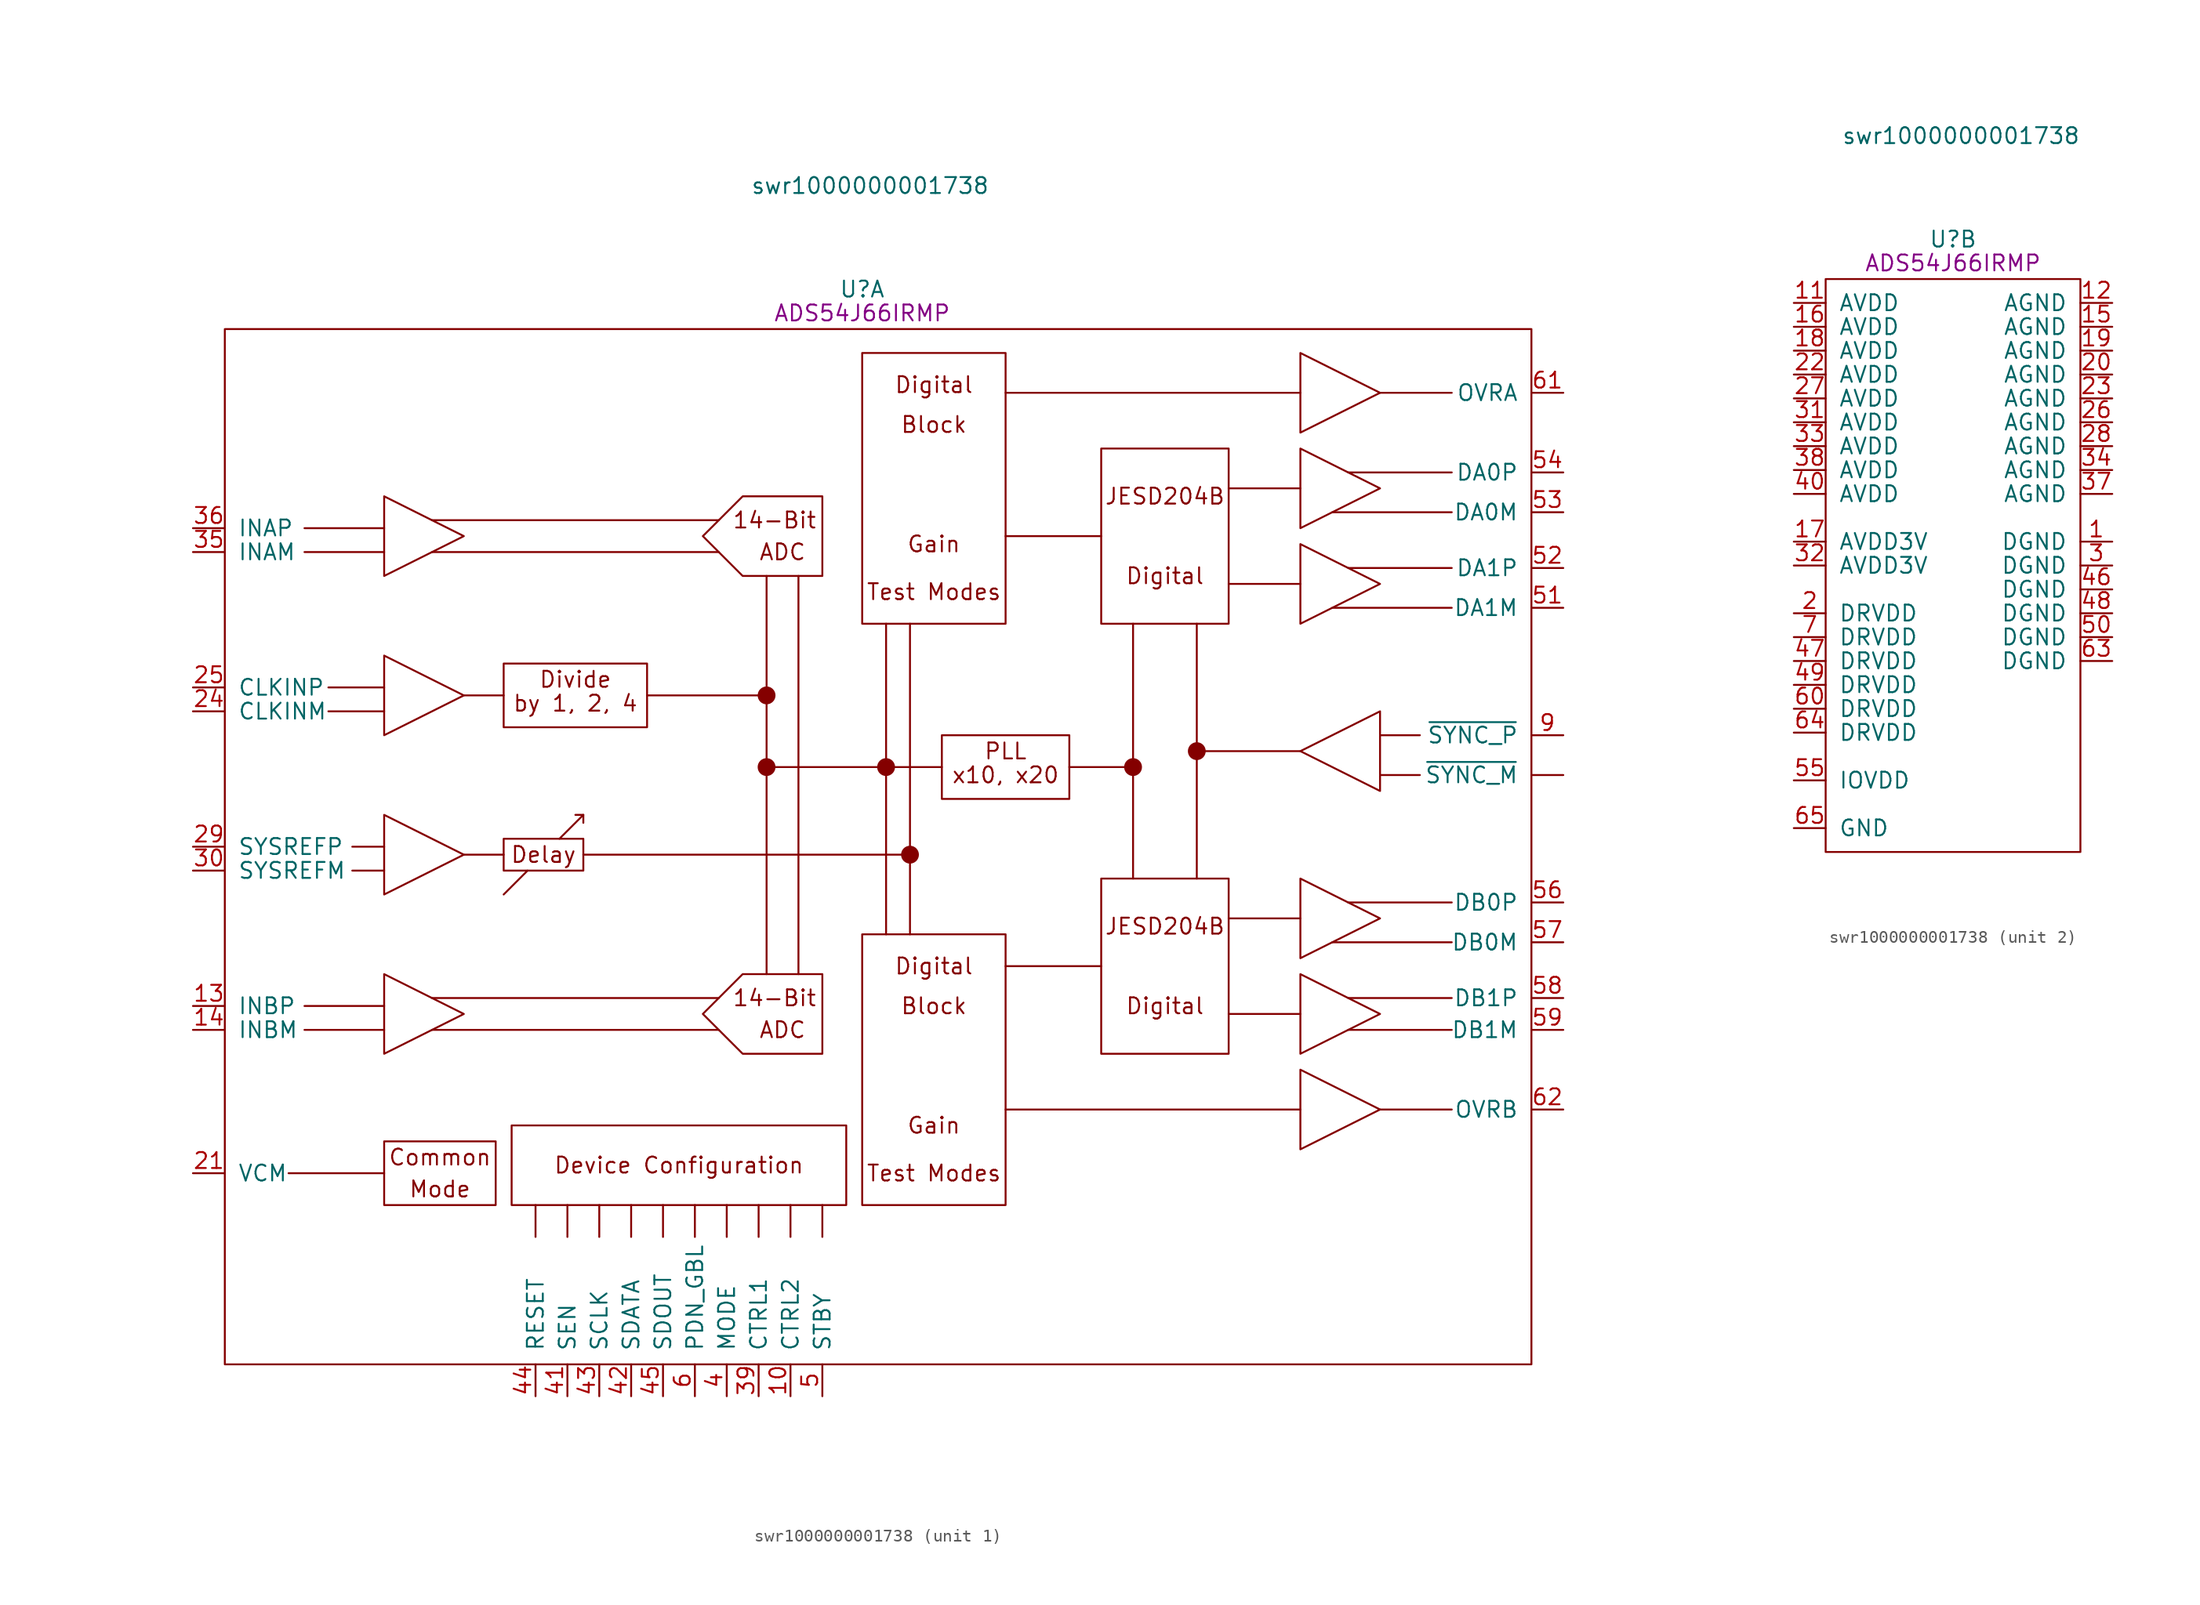
<source format=kicad_sym>
(kicad_symbol_lib
  (version 20220914)
  (generator kicad_symbol_editor)
  (symbol "swr1000000001738"
    (pin_names
      (offset 1.016))
    (property "Reference" "U"
      (at 0 3.175 0)
      (effects (font (size 1.27 1.27))))
    (property "Value" "swr1000000001738"
      (at 0.635 11.43 0)
      (effects (font (size 1.27 1.27))))
    (property "PartValue" "ADS54J66IRMP"
      (at 0 1.27 0)
      (effects (font (size 1.27 1.27))))
    (property "ki_locked" ""
      (at 0 0 0)
      (effects (font (size 1.27 1.27))))
    (symbol "swr1000000001738_1_0"
      (rectangle (start -38.1 -64.77) (end -29.21 -69.85) (stroke (width 0) (type default)) (fill (type none)))
      (rectangle (start -28.575 -40.64) (end -22.225 -43.18) (stroke (width 0) (type default)) (fill (type none)))
      (rectangle (start -28.575 -26.67) (end -17.145 -31.75) (stroke (width 0) (type default)) (fill (type none)))
      (rectangle (start -27.94 -63.5) (end -1.27 -69.85) (stroke (width 0) (type default)) (fill (type none)))
      (circle (center -7.62 -34.925) (radius 0.635) (stroke (width 0) (type default)) (fill (type outline)))
      (circle (center -7.62 -29.21) (radius 0.635) (stroke (width 0) (type default)) (fill (type outline)))
      (polyline (pts (xy -45.72 -67.31) (xy -38.1 -67.31)) (stroke (width 0) (type default)) (fill (type none)))
      (polyline (pts (xy -34.29 -55.88) (xy -11.43 -55.88)) (stroke (width 0) (type default)) (fill (type none)))
      (polyline (pts (xy -34.29 -17.78) (xy -11.43 -17.78)) (stroke (width 0) (type default)) (fill (type none)))
      (polyline (pts (xy -31.75 -41.91) (xy -28.575 -41.91)) (stroke (width 0) (type default)) (fill (type none)))
      (polyline (pts (xy -31.75 -29.21) (xy -28.575 -29.21)) (stroke (width 0) (type default)) (fill (type none)))
      (polyline (pts (xy -26.67 -43.18) (xy -28.575 -45.085)) (stroke (width 0) (type default)) (fill (type none)))
      (polyline (pts (xy -26.035 -72.39) (xy -26.035 -69.85)) (stroke (width 0) (type default)) (fill (type none)))
      (polyline (pts (xy -23.495 -72.39) (xy -23.495 -69.85)) (stroke (width 0) (type default)) (fill (type none)))
      (polyline (pts (xy -22.225 -41.91) (xy 3.81 -41.91)) (stroke (width 0) (type default)) (fill (type none)))
      (polyline (pts (xy -22.225 -38.735) (xy -22.225 -39.37)) (stroke (width 0) (type default)) (fill (type none)))
      (polyline (pts (xy -20.955 -72.39) (xy -20.955 -69.85)) (stroke (width 0) (type default)) (fill (type none)))
      (polyline (pts (xy -18.415 -72.39) (xy -18.415 -69.85)) (stroke (width 0) (type default)) (fill (type none)))
      (polyline (pts (xy -15.875 -72.39) (xy -15.875 -69.85)) (stroke (width 0) (type default)) (fill (type none)))
      (polyline (pts (xy -13.335 -72.39) (xy -13.335 -69.85)) (stroke (width 0) (type default)) (fill (type none)))
      (polyline (pts (xy -11.43 -53.34) (xy -34.29 -53.34)) (stroke (width 0) (type default)) (fill (type none)))
      (polyline (pts (xy -11.43 -15.24) (xy -34.29 -15.24)) (stroke (width 0) (type default)) (fill (type none)))
      (polyline (pts (xy -10.795 -72.39) (xy -10.795 -69.85)) (stroke (width 0) (type default)) (fill (type none)))
      (polyline (pts (xy -8.255 -72.39) (xy -8.255 -69.85)) (stroke (width 0) (type default)) (fill (type none)))
      (polyline (pts (xy -7.62 -29.21) (xy -7.62 -19.685)) (stroke (width 0) (type default)) (fill (type none)))
      (polyline (pts (xy -5.715 -72.39) (xy -5.715 -69.85)) (stroke (width 0) (type default)) (fill (type none)))
      (polyline (pts (xy -5.08 -19.685) (xy -5.08 -51.435)) (stroke (width 0) (type default)) (fill (type none)))
      (polyline (pts (xy -3.175 -72.39) (xy -3.175 -69.85)) (stroke (width 0) (type default)) (fill (type none)))
      (polyline (pts (xy 1.905 -23.495) (xy 1.905 -48.26)) (stroke (width 0) (type default)) (fill (type none)))
      (polyline (pts (xy 3.81 -23.495) (xy 3.81 -48.26)) (stroke (width 0) (type default)) (fill (type none)))
      (polyline (pts (xy 6.35 -34.925) (xy -7.62 -34.925)) (stroke (width 0) (type default)) (fill (type none)))
      (polyline (pts (xy 11.43 -50.8) (xy 19.05 -50.8)) (stroke (width 0) (type default)) (fill (type none)))
      (polyline (pts (xy 11.43 -16.51) (xy 19.05 -16.51)) (stroke (width 0) (type default)) (fill (type none)))
      (polyline (pts (xy 16.51 -34.925) (xy 21.59 -34.925)) (stroke (width 0) (type default)) (fill (type none)))
      (polyline (pts (xy 21.59 -23.495) (xy 21.59 -43.815)) (stroke (width 0) (type default)) (fill (type none)))
      (polyline (pts (xy 26.67 -23.495) (xy 26.67 -43.815)) (stroke (width 0) (type default)) (fill (type none)))
      (polyline (pts (xy 29.21 -46.99) (xy 34.925 -46.99)) (stroke (width 0) (type default)) (fill (type none)))
      (polyline (pts (xy 29.21 -12.7) (xy 34.925 -12.7)) (stroke (width 0) (type default)) (fill (type none)))
      (polyline (pts (xy 34.925 -62.23) (xy 11.43 -62.23)) (stroke (width 0) (type default)) (fill (type none)))
      (polyline (pts (xy 34.925 -54.61) (xy 29.21 -54.61)) (stroke (width 0) (type default)) (fill (type none)))
      (polyline (pts (xy 34.925 -33.655) (xy 26.67 -33.655)) (stroke (width 0) (type default)) (fill (type none)))
      (polyline (pts (xy 34.925 -20.32) (xy 29.21 -20.32)) (stroke (width 0) (type default)) (fill (type none)))
      (polyline (pts (xy 34.925 -5.08) (xy 11.43 -5.08)) (stroke (width 0) (type default)) (fill (type none)))
      (polyline (pts (xy 37.465 -48.895) (xy 46.99 -48.895)) (stroke (width 0) (type default)) (fill (type none)))
      (polyline (pts (xy 38.735 -55.88) (xy 46.99 -55.88)) (stroke (width 0) (type default)) (fill (type none)))
      (polyline (pts (xy 38.735 -53.34) (xy 46.99 -53.34)) (stroke (width 0) (type default)) (fill (type none)))
      (polyline (pts (xy 38.735 -45.72) (xy 46.99 -45.72)) (stroke (width 0) (type default)) (fill (type none)))
      (polyline (pts (xy 41.275 -62.23) (xy 46.99 -62.23)) (stroke (width 0) (type default)) (fill (type none)))
      (polyline (pts (xy 41.275 -35.56) (xy 44.45 -35.56)) (stroke (width 0) (type default)) (fill (type none)))
      (polyline (pts (xy 41.275 -32.385) (xy 44.45 -32.385)) (stroke (width 0) (type default)) (fill (type none)))
      (polyline (pts (xy 41.275 -5.08) (xy 46.99 -5.08)) (stroke (width 0) (type default)) (fill (type none)))
      (polyline (pts (xy 46.99 -22.225) (xy 37.465 -22.225)) (stroke (width 0) (type default)) (fill (type none)))
      (polyline (pts (xy 46.99 -19.05) (xy 38.735 -19.05)) (stroke (width 0) (type default)) (fill (type none)))
      (polyline (pts (xy 46.99 -14.605) (xy 37.465 -14.605)) (stroke (width 0) (type default)) (fill (type none)))
      (polyline (pts (xy 46.99 -11.43) (xy 38.735 -11.43)) (stroke (width 0) (type default)) (fill (type none)))
      (polyline (pts (xy -24.13 -40.64) (xy -22.225 -38.735) (xy -22.86 -38.735)) (stroke (width 0) (type default)) (fill (type none)))
      (polyline (pts (xy -17.145 -29.21) (xy -7.62 -29.21) (xy -7.62 -51.435)) (stroke (width 0) (type default)) (fill (type none)))
      (circle (center 1.905 -34.925) (radius 0.635) (stroke (width 0) (type default)) (fill (type outline)))
      (circle (center 3.81 -41.91) (radius 0.635) (stroke (width 0) (type default)) (fill (type outline)))
      (rectangle (start 11.43 -69.85) (end 0 -48.26) (stroke (width 0) (type default)) (fill (type none)))
      (rectangle (start 11.43 -23.495) (end 0 -1.905) (stroke (width 0) (type default)) (fill (type none)))
      (rectangle (start 16.51 -37.465) (end 6.35 -32.385) (stroke (width 0) (type default)) (fill (type none)))
      (rectangle (start 19.05 -43.815) (end 29.21 -57.785) (stroke (width 0) (type default)) (fill (type none)))
      (rectangle (start 19.05 -9.525) (end 29.21 -23.495) (stroke (width 0) (type default)) (fill (type none)))
      (circle (center 21.59 -34.925) (radius 0.635) (stroke (width 0) (type default)) (fill (type outline)))
      (circle (center 26.67 -33.655) (radius 0.635) (stroke (width 0) (type default)) (fill (type outline)))
      (rectangle (start 53.34 -82.55) (end -50.8 0) (stroke (width 0) (type default)) (fill (type none)))
      (text "14-Bit" (at -6.985 -53.34 0) (effects (font (size 1.27 1.27))))
      (text "14-Bit" (at -6.985 -15.24 0) (effects (font (size 1.27 1.27))))
      (text "ADC" (at -6.35 -55.88 0) (effects (font (size 1.27 1.27))))
      (text "ADC" (at -6.35 -17.78 0) (effects (font (size 1.27 1.27))))
      (text "Block" (at 5.715 -53.975 0) (effects (font (size 1.27 1.27))))
      (text "Block" (at 5.715 -7.62 0) (effects (font (size 1.27 1.27))))
      (text "by 1, 2, 4" (at -22.86 -29.845 0) (effects (font (size 1.27 1.27))))
      (text "Common" (at -33.655 -66.04 0) (effects (font (size 1.27 1.27))))
      (text "Delay" (at -25.4 -41.91 0) (effects (font (size 1.27 1.27))))
      (text "Device Configuration" (at -14.605 -66.675 0) (effects (font (size 1.27 1.27))))
      (text "Digital" (at 5.715 -50.8 0) (effects (font (size 1.27 1.27))))
      (text "Digital" (at 5.715 -4.445 0) (effects (font (size 1.27 1.27))))
      (text "Digital" (at 24.13 -53.975 0) (effects (font (size 1.27 1.27))))
      (text "Digital" (at 24.13 -19.685 0) (effects (font (size 1.27 1.27))))
      (text "Divide" (at -22.86 -27.94 0) (effects (font (size 1.27 1.27))))
      (text "Gain" (at 5.715 -63.5 0) (effects (font (size 1.27 1.27))))
      (text "Gain" (at 5.715 -17.145 0) (effects (font (size 1.27 1.27))))
      (text "JESD204B" (at 24.13 -47.625 0) (effects (font (size 1.27 1.27))))
      (text "JESD204B" (at 24.13 -13.335 0) (effects (font (size 1.27 1.27))))
      (text "Mode" (at -33.655 -68.58 0) (effects (font (size 1.27 1.27))))
      (text "PLL" (at 11.43 -33.655 0) (effects (font (size 1.27 1.27))))
      (text "Test Modes" (at 5.715 -67.31 0) (effects (font (size 1.27 1.27))))
      (text "Test Modes" (at 5.715 -20.955 0) (effects (font (size 1.27 1.27))))
      (text "x10, x20" (at 11.43 -35.56 0) (effects (font (size 1.27 1.27)))))
    (symbol "swr1000000001738_1_1"
      (polyline (pts (xy -44.45 -55.88) (xy -38.1 -55.88)) (stroke (width 0) (type default)) (fill (type none)))
      (polyline (pts (xy -44.45 -53.975) (xy -38.1 -53.975)) (stroke (width 0) (type default)) (fill (type none)))
      (polyline (pts (xy -44.45 -17.78) (xy -38.1 -17.78)) (stroke (width 0) (type default)) (fill (type none)))
      (polyline (pts (xy -44.45 -15.875) (xy -38.1 -15.875)) (stroke (width 0) (type default)) (fill (type none)))
      (polyline (pts (xy -42.545 -30.48) (xy -38.1 -30.48)) (stroke (width 0) (type default)) (fill (type none)))
      (polyline (pts (xy -42.545 -28.575) (xy -38.1 -28.575)) (stroke (width 0) (type default)) (fill (type none)))
      (polyline (pts (xy -40.64 -43.18) (xy -38.1 -43.18)) (stroke (width 0) (type default)) (fill (type none)))
      (polyline (pts (xy -40.64 -41.275) (xy -38.1 -41.275)) (stroke (width 0) (type default)) (fill (type none)))
      (polyline (pts (xy -38.1 -51.435) (xy -38.1 -57.785) (xy -31.75 -54.61) (xy -38.1 -51.435)) (stroke (width 0) (type default)) (fill (type none)))
      (polyline (pts (xy -38.1 -38.735) (xy -38.1 -45.085) (xy -31.75 -41.91) (xy -38.1 -38.735)) (stroke (width 0) (type default)) (fill (type none)))
      (polyline (pts (xy -38.1 -26.035) (xy -38.1 -32.385) (xy -31.75 -29.21) (xy -38.1 -26.035)) (stroke (width 0) (type default)) (fill (type none)))
      (polyline (pts (xy -38.1 -13.335) (xy -38.1 -19.685) (xy -31.75 -16.51) (xy -38.1 -13.335)) (stroke (width 0) (type default)) (fill (type none)))
      (polyline (pts (xy 34.925 -59.055) (xy 34.925 -65.405) (xy 41.275 -62.23) (xy 34.925 -59.055)) (stroke (width 0) (type default)) (fill (type none)))
      (polyline (pts (xy 34.925 -51.435) (xy 34.925 -57.785) (xy 41.275 -54.61) (xy 34.925 -51.435)) (stroke (width 0) (type default)) (fill (type none)))
      (polyline (pts (xy 34.925 -43.815) (xy 34.925 -50.165) (xy 41.275 -46.99) (xy 34.925 -43.815)) (stroke (width 0) (type default)) (fill (type none)))
      (polyline (pts (xy 34.925 -17.145) (xy 34.925 -23.495) (xy 41.275 -20.32) (xy 34.925 -17.145)) (stroke (width 0) (type default)) (fill (type none)))
      (polyline (pts (xy 34.925 -9.525) (xy 34.925 -15.875) (xy 41.275 -12.7) (xy 34.925 -9.525)) (stroke (width 0) (type default)) (fill (type none)))
      (polyline (pts (xy 34.925 -1.905) (xy 34.925 -8.255) (xy 41.275 -5.08) (xy 34.925 -1.905)) (stroke (width 0) (type default)) (fill (type none)))
      (polyline (pts (xy 41.275 -30.48) (xy 41.275 -36.83) (xy 34.925 -33.655) (xy 41.275 -30.48)) (stroke (width 0) (type default)) (fill (type none)))
      (polyline (pts (xy -12.7 -54.61) (xy -9.525 -51.435) (xy -3.175 -51.435) (xy -3.175 -57.785) (xy -9.525 -57.785) (xy -12.7 -54.61)) (stroke (width 0) (type default)) (fill (type none)))
      (polyline (pts (xy -12.7 -16.51) (xy -9.525 -13.335) (xy -3.175 -13.335) (xy -3.175 -19.685) (xy -9.525 -19.685) (xy -12.7 -16.51)) (stroke (width 0) (type default)) (fill (type none)))
      (pin input line (at -5.715 -85.09 90) (length 2.54) (name "CTRL2" (effects (font (size 1.27 1.27)))) (number "10" (effects (font (size 1.27 1.27)))))
      (pin input line (at -53.34 -53.975 0) (length 2.54) (name "INBP" (effects (font (size 1.27 1.27)))) (number "13" (effects (font (size 1.27 1.27)))))
      (pin input line (at -53.34 -55.88 0) (length 2.54) (name "INBM" (effects (font (size 1.27 1.27)))) (number "14" (effects (font (size 1.27 1.27)))))
      (pin power_out line (at -53.34 -67.31 0) (length 2.54) (name "VCM" (effects (font (size 1.27 1.27)))) (number "21" (effects (font (size 1.27 1.27)))))
      (pin input line (at -53.34 -30.48 0) (length 2.54) (name "CLKINM" (effects (font (size 1.27 1.27)))) (number "24" (effects (font (size 1.27 1.27)))))
      (pin input line (at -53.34 -28.575 0) (length 2.54) (name "CLKINP" (effects (font (size 1.27 1.27)))) (number "25" (effects (font (size 1.27 1.27)))))
      (pin input line (at -53.34 -41.275 0) (length 2.54) (name "SYSREFP" (effects (font (size 1.27 1.27)))) (number "29" (effects (font (size 1.27 1.27)))))
      (pin input line (at -53.34 -43.18 0) (length 2.54) (name "SYSREFM" (effects (font (size 1.27 1.27)))) (number "30" (effects (font (size 1.27 1.27)))))
      (pin input line (at -53.34 -17.78 0) (length 2.54) (name "INAM" (effects (font (size 1.27 1.27)))) (number "35" (effects (font (size 1.27 1.27)))))
      (pin input line (at -53.34 -15.875 0) (length 2.54) (name "INAP" (effects (font (size 1.27 1.27)))) (number "36" (effects (font (size 1.27 1.27)))))
      (pin input line (at -8.255 -85.09 90) (length 2.54) (name "CTRL1" (effects (font (size 1.27 1.27)))) (number "39" (effects (font (size 1.27 1.27)))))
      (pin input line (at -10.795 -85.09 90) (length 2.54) (name "MODE" (effects (font (size 1.27 1.27)))) (number "4" (effects (font (size 1.27 1.27)))))
      (pin input line (at -23.495 -85.09 90) (length 2.54) (name "SEN" (effects (font (size 1.27 1.27)))) (number "41" (effects (font (size 1.27 1.27)))))
      (pin input line (at -18.415 -85.09 90) (length 2.54) (name "SDATA" (effects (font (size 1.27 1.27)))) (number "42" (effects (font (size 1.27 1.27)))))
      (pin input line (at -20.955 -85.09 90) (length 2.54) (name "SCLK" (effects (font (size 1.27 1.27)))) (number "43" (effects (font (size 1.27 1.27)))))
      (pin input line (at -26.035 -85.09 90) (length 2.54) (name "RESET" (effects (font (size 1.27 1.27)))) (number "44" (effects (font (size 1.27 1.27)))))
      (pin output line (at -15.875 -85.09 90) (length 2.54) (name "SDOUT" (effects (font (size 1.27 1.27)))) (number "45" (effects (font (size 1.27 1.27)))))
      (pin input line (at -3.175 -85.09 90) (length 2.54) (name "STBY" (effects (font (size 1.27 1.27)))) (number "5" (effects (font (size 1.27 1.27)))))
      (pin output line (at 55.88 -22.225 180) (length 2.54) (name "DA1M" (effects (font (size 1.27 1.27)))) (number "51" (effects (font (size 1.27 1.27)))))
      (pin output line (at 55.88 -19.05 180) (length 2.54) (name "DA1P" (effects (font (size 1.27 1.27)))) (number "52" (effects (font (size 1.27 1.27)))))
      (pin output line (at 55.88 -14.605 180) (length 2.54) (name "DA0M" (effects (font (size 1.27 1.27)))) (number "53" (effects (font (size 1.27 1.27)))))
      (pin output line (at 55.88 -11.43 180) (length 2.54) (name "DA0P" (effects (font (size 1.27 1.27)))) (number "54" (effects (font (size 1.27 1.27)))))
      (pin output line (at 55.88 -45.72 180) (length 2.54) (name "DB0P" (effects (font (size 1.27 1.27)))) (number "56" (effects (font (size 1.27 1.27)))))
      (pin output line (at 55.88 -48.895 180) (length 2.54) (name "DB0M" (effects (font (size 1.27 1.27)))) (number "57" (effects (font (size 1.27 1.27)))))
      (pin output line (at 55.88 -53.34 180) (length 2.54) (name "DB1P" (effects (font (size 1.27 1.27)))) (number "58" (effects (font (size 1.27 1.27)))))
      (pin output line (at 55.88 -55.88 180) (length 2.54) (name "DB1M" (effects (font (size 1.27 1.27)))) (number "59" (effects (font (size 1.27 1.27)))))
      (pin input line (at -13.335 -85.09 90) (length 2.54) (name "PDN_GBL" (effects (font (size 1.27 1.27)))) (number "6" (effects (font (size 1.27 1.27)))))
      (pin output line (at 55.88 -5.08 180) (length 2.54) (name "OVRA" (effects (font (size 1.27 1.27)))) (number "61" (effects (font (size 1.27 1.27)))))
      (pin output line (at 55.88 -62.23 180) (length 2.54) (name "OVRB" (effects (font (size 1.27 1.27)))) (number "62" (effects (font (size 1.27 1.27)))))
      (pin input line (at 55.88 -32.385 180) (length 2.54) (name "~{SYNC_P}" (effects (font (size 1.27 1.27)))) (number "9" (effects (font (size 1.27 1.27)))))
      (pin input line (at 55.88 -35.56 180) (length 2.54) (name "~{SYNC_M}" (effects (font (size 1.27 1.27)))) (number "~" (effects (font (size 1.27 1.27))))))
    (symbol "swr1000000001738_2_1"
      (rectangle (start -10.16 0) (end 10.16 -45.72) (stroke (width 0) (type default)) (fill (type none)))
      (pin power_in line (at 12.7 -20.955 180) (length 2.54) (name "DGND" (effects (font (size 1.27 1.27)))) (number "1" (effects (font (size 1.27 1.27)))))
      (pin power_in line (at -12.7 -1.905 0) (length 2.54) (name "AVDD" (effects (font (size 1.27 1.27)))) (number "11" (effects (font (size 1.27 1.27)))))
      (pin power_in line (at 12.7 -1.905 180) (length 2.54) (name "AGND" (effects (font (size 1.27 1.27)))) (number "12" (effects (font (size 1.27 1.27)))))
      (pin power_in line (at 12.7 -3.81 180) (length 2.54) (name "AGND" (effects (font (size 1.27 1.27)))) (number "15" (effects (font (size 1.27 1.27)))))
      (pin power_in line (at -12.7 -3.81 0) (length 2.54) (name "AVDD" (effects (font (size 1.27 1.27)))) (number "16" (effects (font (size 1.27 1.27)))))
      (pin power_in line (at -12.7 -20.955 0) (length 2.54) (name "AVDD3V" (effects (font (size 1.27 1.27)))) (number "17" (effects (font (size 1.27 1.27)))))
      (pin power_in line (at -12.7 -5.715 0) (length 2.54) (name "AVDD" (effects (font (size 1.27 1.27)))) (number "18" (effects (font (size 1.27 1.27)))))
      (pin power_in line (at 12.7 -5.715 180) (length 2.54) (name "AGND" (effects (font (size 1.27 1.27)))) (number "19" (effects (font (size 1.27 1.27)))))
      (pin power_in line (at -12.7 -26.67 0) (length 2.54) (name "DRVDD" (effects (font (size 1.27 1.27)))) (number "2" (effects (font (size 1.27 1.27)))))
      (pin power_in line (at 12.7 -7.62 180) (length 2.54) (name "AGND" (effects (font (size 1.27 1.27)))) (number "20" (effects (font (size 1.27 1.27)))))
      (pin power_in line (at -12.7 -7.62 0) (length 2.54) (name "AVDD" (effects (font (size 1.27 1.27)))) (number "22" (effects (font (size 1.27 1.27)))))
      (pin power_in line (at 12.7 -9.525 180) (length 2.54) (name "AGND" (effects (font (size 1.27 1.27)))) (number "23" (effects (font (size 1.27 1.27)))))
      (pin power_in line (at 12.7 -11.43 180) (length 2.54) (name "AGND" (effects (font (size 1.27 1.27)))) (number "26" (effects (font (size 1.27 1.27)))))
      (pin power_in line (at -12.7 -9.525 0) (length 2.54) (name "AVDD" (effects (font (size 1.27 1.27)))) (number "27" (effects (font (size 1.27 1.27)))))
      (pin power_in line (at 12.7 -13.335 180) (length 2.54) (name "AGND" (effects (font (size 1.27 1.27)))) (number "28" (effects (font (size 1.27 1.27)))))
      (pin power_in line (at 12.7 -22.86 180) (length 2.54) (name "DGND" (effects (font (size 1.27 1.27)))) (number "3" (effects (font (size 1.27 1.27)))))
      (pin power_in line (at -12.7 -11.43 0) (length 2.54) (name "AVDD" (effects (font (size 1.27 1.27)))) (number "31" (effects (font (size 1.27 1.27)))))
      (pin power_in line (at -12.7 -22.86 0) (length 2.54) (name "AVDD3V" (effects (font (size 1.27 1.27)))) (number "32" (effects (font (size 1.27 1.27)))))
      (pin power_in line (at -12.7 -13.335 0) (length 2.54) (name "AVDD" (effects (font (size 1.27 1.27)))) (number "33" (effects (font (size 1.27 1.27)))))
      (pin power_in line (at 12.7 -15.24 180) (length 2.54) (name "AGND" (effects (font (size 1.27 1.27)))) (number "34" (effects (font (size 1.27 1.27)))))
      (pin power_in line (at 12.7 -17.145 180) (length 2.54) (name "AGND" (effects (font (size 1.27 1.27)))) (number "37" (effects (font (size 1.27 1.27)))))
      (pin power_in line (at -12.7 -15.24 0) (length 2.54) (name "AVDD" (effects (font (size 1.27 1.27)))) (number "38" (effects (font (size 1.27 1.27)))))
      (pin power_in line (at -12.7 -17.145 0) (length 2.54) (name "AVDD" (effects (font (size 1.27 1.27)))) (number "40" (effects (font (size 1.27 1.27)))))
      (pin power_in line (at 12.7 -24.765 180) (length 2.54) (name "DGND" (effects (font (size 1.27 1.27)))) (number "46" (effects (font (size 1.27 1.27)))))
      (pin power_in line (at -12.7 -30.48 0) (length 2.54) (name "DRVDD" (effects (font (size 1.27 1.27)))) (number "47" (effects (font (size 1.27 1.27)))))
      (pin power_in line (at 12.7 -26.67 180) (length 2.54) (name "DGND" (effects (font (size 1.27 1.27)))) (number "48" (effects (font (size 1.27 1.27)))))
      (pin power_in line (at -12.7 -32.385 0) (length 2.54) (name "DRVDD" (effects (font (size 1.27 1.27)))) (number "49" (effects (font (size 1.27 1.27)))))
      (pin power_in line (at 12.7 -28.575 180) (length 2.54) (name "DGND" (effects (font (size 1.27 1.27)))) (number "50" (effects (font (size 1.27 1.27)))))
      (pin power_in line (at -12.7 -40.005 0) (length 2.54) (name "IOVDD" (effects (font (size 1.27 1.27)))) (number "55" (effects (font (size 1.27 1.27)))))
      (pin power_in line (at -12.7 -34.29 0) (length 2.54) (name "DRVDD" (effects (font (size 1.27 1.27)))) (number "60" (effects (font (size 1.27 1.27)))))
      (pin power_in line (at 12.7 -30.48 180) (length 2.54) (name "DGND" (effects (font (size 1.27 1.27)))) (number "63" (effects (font (size 1.27 1.27)))))
      (pin power_in line (at -12.7 -36.195 0) (length 2.54) (name "DRVDD" (effects (font (size 1.27 1.27)))) (number "64" (effects (font (size 1.27 1.27)))))
      (pin power_in line (at -12.7 -43.815 0) (length 2.54) (name "GND" (effects (font (size 1.27 1.27)))) (number "65" (effects (font (size 1.27 1.27)))))
      (pin power_in line (at -12.7 -28.575 0) (length 2.54) (name "DRVDD" (effects (font (size 1.27 1.27)))) (number "7" (effects (font (size 1.27 1.27))))))))
</source>
